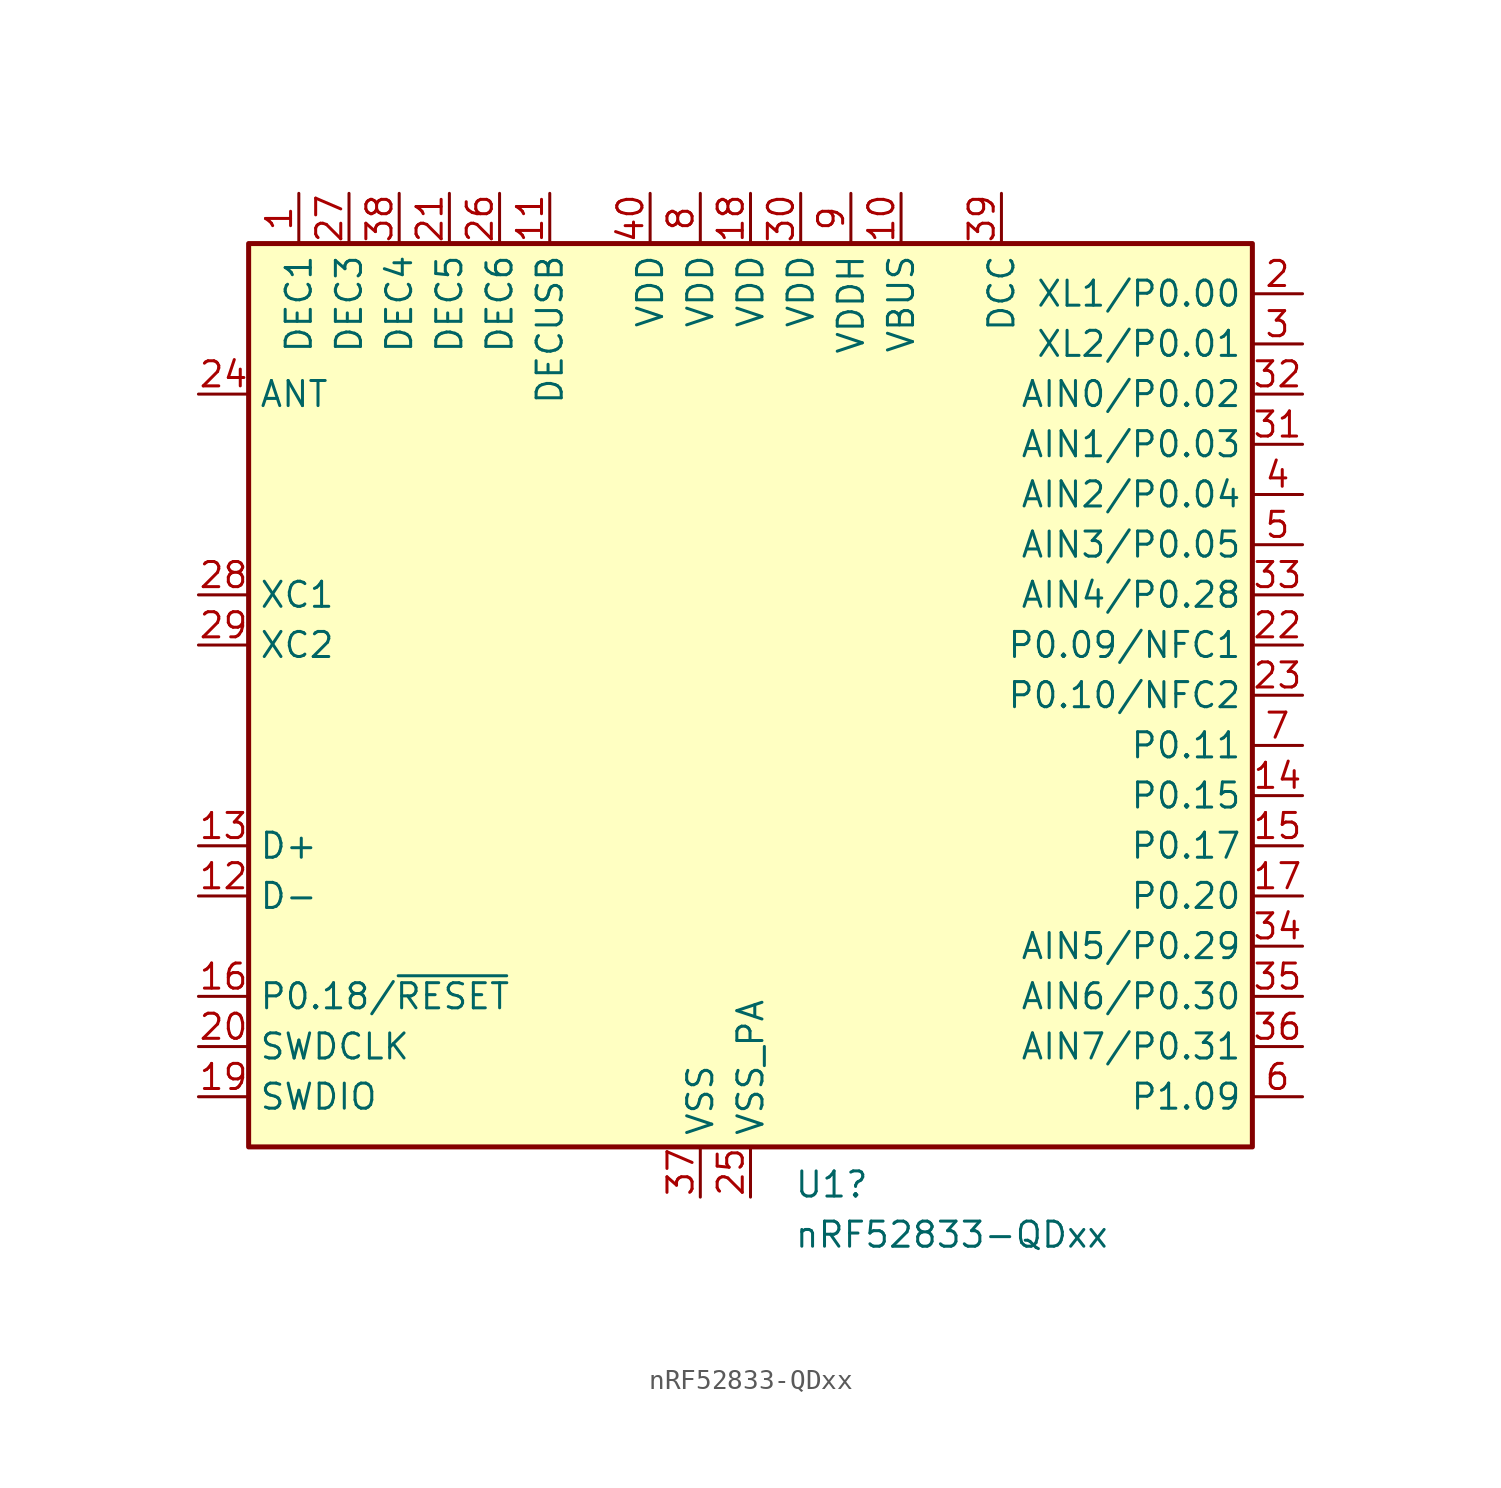
<source format=kicad_sym>
(kicad_symbol_lib
  (version 20220914)
  (generator kicad_symbol_editor)
  (symbol "nRF52833-QDxx"
    (property "Reference" "U1"
      (at 2.194 -24.765 0)
      (effects (font (size 1.27 1.27)) (justify left)))
    (property "Value" "nRF52833-QDxx"
      (at 2.194 -27.305 0)
      (effects (font (size 1.27 1.27)) (justify left)))
    (symbol "nRF52833-QDxx_0_1"
      (rectangle (start -25.4 22.86) (end 25.4 -22.86) (stroke (width 0.254) (type default)) (fill (type background))))
    (symbol "nRF52833-QDxx_1_1"
      (pin passive line (at -22.86 25.4 270) (length 2.54) (name "DEC1" (effects (font (size 1.27 1.27)))) (number "1" (effects (font (size 1.27 1.27)))))
      (pin power_in line (at 7.62 25.4 270) (length 2.54) (name "VBUS" (effects (font (size 1.27 1.27)))) (number "10" (effects (font (size 1.27 1.27)))))
      (pin passive line (at -10.16 25.4 270) (length 2.54) (name "DECUSB" (effects (font (size 1.27 1.27)))) (number "11" (effects (font (size 1.27 1.27)))))
      (pin bidirectional line (at -27.94 -10.16 0) (length 2.54) (name "D-" (effects (font (size 1.27 1.27)))) (number "12" (effects (font (size 1.27 1.27)))))
      (pin bidirectional line (at -27.94 -7.62 0) (length 2.54) (name "D+" (effects (font (size 1.27 1.27)))) (number "13" (effects (font (size 1.27 1.27)))))
      (pin bidirectional line (at 27.94 -5.08 180) (length 2.54) (name "P0.15" (effects (font (size 1.27 1.27)))) (number "14" (effects (font (size 1.27 1.27)))))
      (pin bidirectional line (at 27.94 -7.62 180) (length 2.54) (name "P0.17" (effects (font (size 1.27 1.27)))) (number "15" (effects (font (size 1.27 1.27)))))
      (pin bidirectional line (at -27.94 -15.24 0) (length 2.54) (name "P0.18/~{RESET}" (effects (font (size 1.27 1.27)))) (number "16" (effects (font (size 1.27 1.27)))))
      (pin bidirectional line (at 27.94 -10.16 180) (length 2.54) (name "P0.20" (effects (font (size 1.27 1.27)))) (number "17" (effects (font (size 1.27 1.27)))))
      (pin power_in line (at 0 25.4 270) (length 2.54) (name "VDD" (effects (font (size 1.27 1.27)))) (number "18" (effects (font (size 1.27 1.27)))))
      (pin bidirectional line (at -27.94 -20.32 0) (length 2.54) (name "SWDIO" (effects (font (size 1.27 1.27)))) (number "19" (effects (font (size 1.27 1.27)))))
      (pin bidirectional line (at 27.94 20.32 180) (length 2.54) (name "XL1/P0.00" (effects (font (size 1.27 1.27)))) (number "2" (effects (font (size 1.27 1.27)))))
      (pin input line (at -27.94 -17.78 0) (length 2.54) (name "SWDCLK" (effects (font (size 1.27 1.27)))) (number "20" (effects (font (size 1.27 1.27)))))
      (pin passive line (at -15.24 25.4 270) (length 2.54) (name "DEC5" (effects (font (size 1.27 1.27)))) (number "21" (effects (font (size 1.27 1.27)))))
      (pin bidirectional line (at 27.94 2.54 180) (length 2.54) (name "P0.09/NFC1" (effects (font (size 1.27 1.27)))) (number "22" (effects (font (size 1.27 1.27)))))
      (pin bidirectional line (at 27.94 0 180) (length 2.54) (name "P0.10/NFC2" (effects (font (size 1.27 1.27)))) (number "23" (effects (font (size 1.27 1.27)))))
      (pin passive line (at -27.94 15.24 0) (length 2.54) (name "ANT" (effects (font (size 1.27 1.27)))) (number "24" (effects (font (size 1.27 1.27)))))
      (pin power_in line (at 0 -25.4 90) (length 2.54) (name "VSS_PA" (effects (font (size 1.27 1.27)))) (number "25" (effects (font (size 1.27 1.27)))))
      (pin passive line (at -12.7 25.4 270) (length 2.54) (name "DEC6" (effects (font (size 1.27 1.27)))) (number "26" (effects (font (size 1.27 1.27)))))
      (pin passive line (at -20.32 25.4 270) (length 2.54) (name "DEC3" (effects (font (size 1.27 1.27)))) (number "27" (effects (font (size 1.27 1.27)))))
      (pin input line (at -27.94 5.08 0) (length 2.54) (name "XC1" (effects (font (size 1.27 1.27)))) (number "28" (effects (font (size 1.27 1.27)))))
      (pin input line (at -27.94 2.54 0) (length 2.54) (name "XC2" (effects (font (size 1.27 1.27)))) (number "29" (effects (font (size 1.27 1.27)))))
      (pin bidirectional line (at 27.94 17.78 180) (length 2.54) (name "XL2/P0.01" (effects (font (size 1.27 1.27)))) (number "3" (effects (font (size 1.27 1.27)))))
      (pin power_in line (at 2.54 25.4 270) (length 2.54) (name "VDD" (effects (font (size 1.27 1.27)))) (number "30" (effects (font (size 1.27 1.27)))))
      (pin bidirectional line (at 27.94 12.7 180) (length 2.54) (name "AIN1/P0.03" (effects (font (size 1.27 1.27)))) (number "31" (effects (font (size 1.27 1.27)))))
      (pin bidirectional line (at 27.94 15.24 180) (length 2.54) (name "AIN0/P0.02" (effects (font (size 1.27 1.27)))) (number "32" (effects (font (size 1.27 1.27)))))
      (pin bidirectional line (at 27.94 5.08 180) (length 2.54) (name "AIN4/P0.28" (effects (font (size 1.27 1.27)))) (number "33" (effects (font (size 1.27 1.27)))))
      (pin bidirectional line (at 27.94 -12.7 180) (length 2.54) (name "AIN5/P0.29" (effects (font (size 1.27 1.27)))) (number "34" (effects (font (size 1.27 1.27)))))
      (pin bidirectional line (at 27.94 -15.24 180) (length 2.54) (name "AIN6/P0.30" (effects (font (size 1.27 1.27)))) (number "35" (effects (font (size 1.27 1.27)))))
      (pin bidirectional line (at 27.94 -17.78 180) (length 2.54) (name "AIN7/P0.31" (effects (font (size 1.27 1.27)))) (number "36" (effects (font (size 1.27 1.27)))))
      (pin power_in line (at -2.54 -25.4 90) (length 2.54) (name "VSS" (effects (font (size 1.27 1.27)))) (number "37" (effects (font (size 1.27 1.27)))))
      (pin passive line (at -17.78 25.4 270) (length 2.54) (name "DEC4" (effects (font (size 1.27 1.27)))) (number "38" (effects (font (size 1.27 1.27)))))
      (pin power_out line (at 12.7 25.4 270) (length 2.54) (name "DCC" (effects (font (size 1.27 1.27)))) (number "39" (effects (font (size 1.27 1.27)))))
      (pin bidirectional line (at 27.94 10.16 180) (length 2.54) (name "AIN2/P0.04" (effects (font (size 1.27 1.27)))) (number "4" (effects (font (size 1.27 1.27)))))
      (pin power_in line (at -5.08 25.4 270) (length 2.54) (name "VDD" (effects (font (size 1.27 1.27)))) (number "40" (effects (font (size 1.27 1.27)))))
      (pin passive line (at -2.54 -25.4 90) (length 2.54) hide (name "VSS" (effects (font (size 1.27 1.27)))) (number "41" (effects (font (size 1.27 1.27)))))
      (pin bidirectional line (at 27.94 7.62 180) (length 2.54) (name "AIN3/P0.05" (effects (font (size 1.27 1.27)))) (number "5" (effects (font (size 1.27 1.27)))))
      (pin bidirectional line (at 27.94 -20.32 180) (length 2.54) (name "P1.09" (effects (font (size 1.27 1.27)))) (number "6" (effects (font (size 1.27 1.27)))))
      (pin bidirectional line (at 27.94 -2.54 180) (length 2.54) (name "P0.11" (effects (font (size 1.27 1.27)))) (number "7" (effects (font (size 1.27 1.27)))))
      (pin power_in line (at -2.54 25.4 270) (length 2.54) (name "VDD" (effects (font (size 1.27 1.27)))) (number "8" (effects (font (size 1.27 1.27)))))
      (pin power_in line (at 5.08 25.4 270) (length 2.54) (name "VDDH" (effects (font (size 1.27 1.27)))) (number "9" (effects (font (size 1.27 1.27))))))))
</source>
